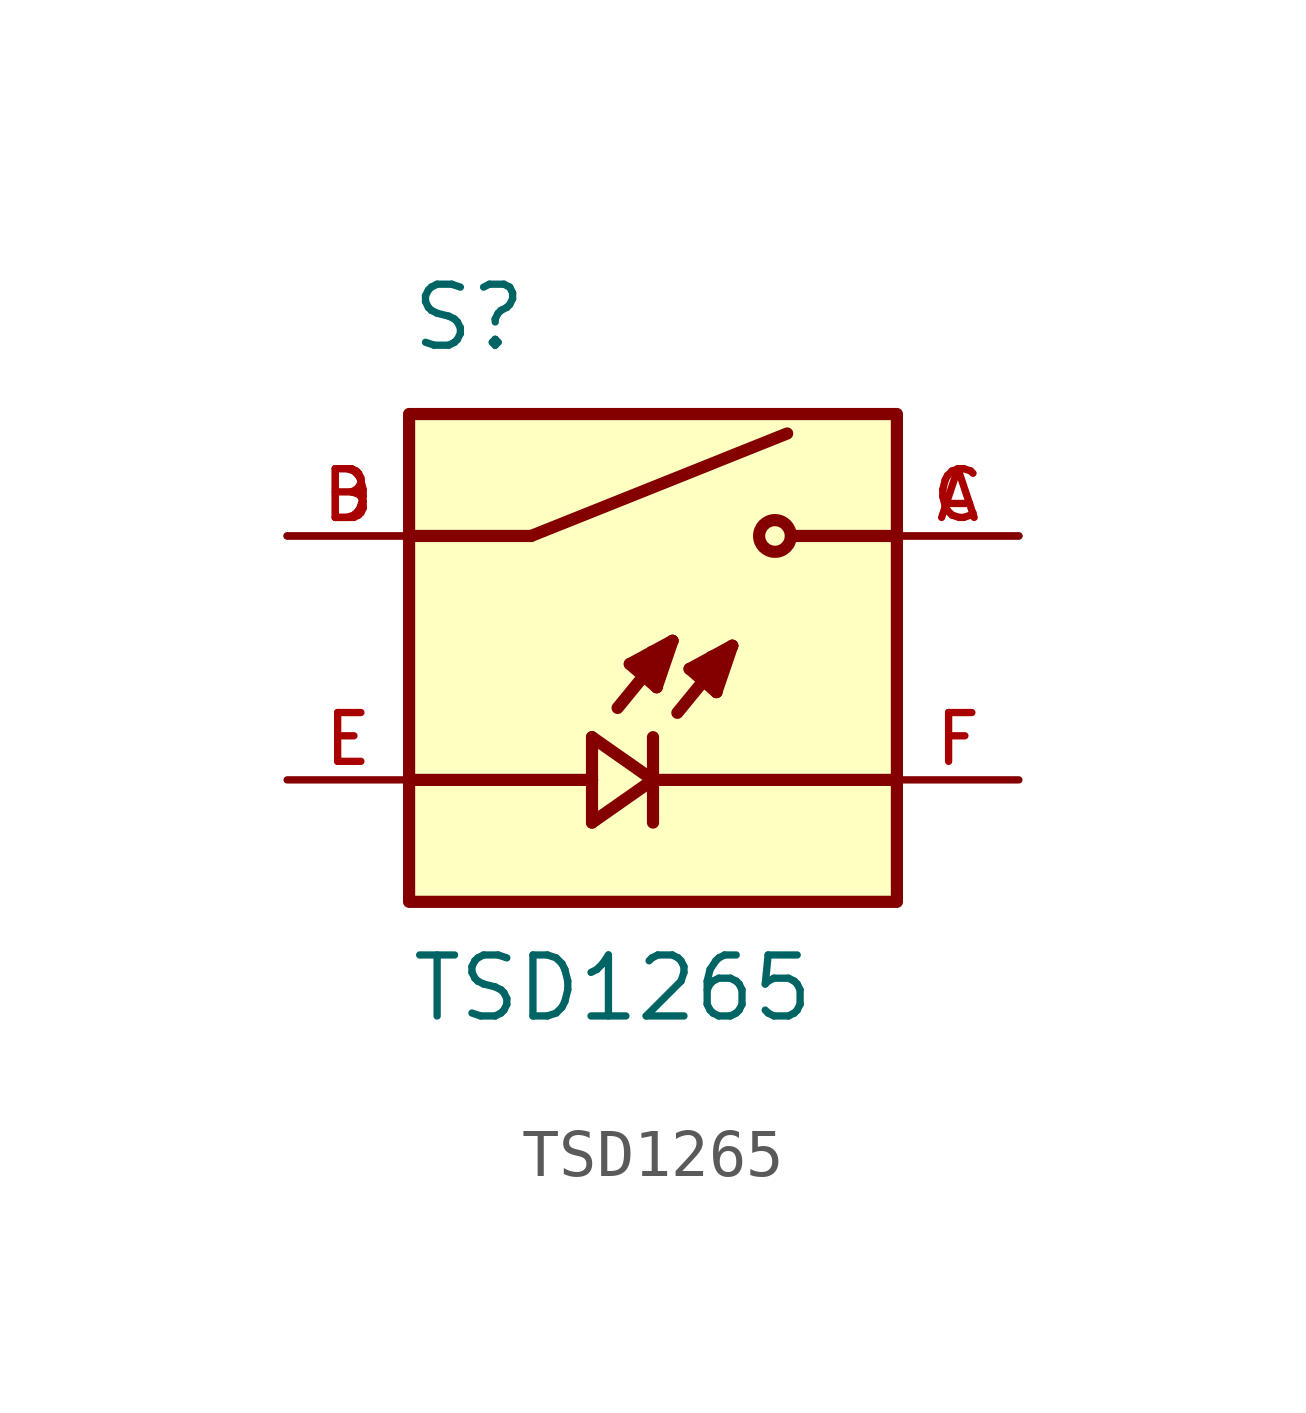
<source format=kicad_sym>
(kicad_symbol_lib
  (version 20211014)
  (generator kicad_symbol_editor)
  (symbol "TSD1265"
    (pin_names
      (offset 1.016))
    (property "Reference" "S"
      (at -5.08 6.35 0)
      (effects (font (size 1.27 1.27)) (justify bottom left)))
    (property "Value" "TSD1265"
      (at -5.08 -7.62 0)
      (effects (font (size 1.27 1.27)) (justify bottom left)))
    (symbol "TSD1265_0_0"
      (polyline (pts (xy -1.27 -1.651) (xy -1.27 -2.54)) (stroke (width 0.254)))
      (polyline (pts (xy -1.27 -2.54) (xy -1.27 -3.429)) (stroke (width 0.254)))
      (polyline (pts (xy -1.27 -3.429) (xy 0.0 -2.54)) (stroke (width 0.254)))
      (polyline (pts (xy 0.0 -2.54) (xy -1.27 -1.651)) (stroke (width 0.254)))
      (polyline (pts (xy 0.0 -1.651) (xy 0.0 -2.54)) (stroke (width 0.254)))
      (polyline (pts (xy 0.0 -2.54) (xy 0.0 -3.429)) (stroke (width 0.254)))
      (polyline (pts (xy -1.27 -2.54) (xy -5.08 -2.54)) (stroke (width 0.254)))
      (polyline (pts (xy 1.651 0.254) (xy 0.508 -1.143)) (stroke (width 0.254)))
      (polyline (pts (xy 1.321 -0.711) (xy 0.762 -0.229)) (stroke (width 0.254)))
      (polyline (pts (xy 0.762 -0.229) (xy 1.651 0.254)) (stroke (width 0.254)))
      (polyline (pts (xy 1.651 0.254) (xy 1.321 -0.711)) (stroke (width 0.254)))
      (polyline (pts (xy 1.321 -0.711) (xy 1.346 0.025)) (stroke (width 0.254)))
      (polyline (pts (xy 1.346 0.025) (xy 1.219 0.025)) (stroke (width 0.254)))
      (polyline (pts (xy 0.94 -0.305) (xy 1.168 -0.152)) (stroke (width 0.254)))
      (polyline (pts (xy 0.406 0.356) (xy -0.737 -1.041)) (stroke (width 0.254)))
      (polyline (pts (xy 0.076 -0.61) (xy -0.483 -0.127)) (stroke (width 0.254)))
      (polyline (pts (xy -0.483 -0.127) (xy 0.406 0.356)) (stroke (width 0.254)))
      (polyline (pts (xy 0.406 0.356) (xy 0.076 -0.61)) (stroke (width 0.254)))
      (polyline (pts (xy 0.076 -0.61) (xy 0.102 0.127)) (stroke (width 0.254)))
      (polyline (pts (xy 0.102 0.127) (xy -0.025 0.127)) (stroke (width 0.254)))
      (polyline (pts (xy -0.305 -0.203) (xy -0.076 -0.051)) (stroke (width 0.254)))
      (polyline (pts (xy 0.0 -2.54) (xy 5.08 -2.54)) (stroke (width 0.254)))
      (polyline (pts (xy -2.54 2.54) (xy 2.794 4.674)) (stroke (width 0.254)))
      (circle (center 2.54 2.54) (radius 0.33) (stroke (width 0.254)) (fill (type none)))
      (polyline (pts (xy 5.08 2.54) (xy 2.921 2.54)) (stroke (width 0.254)))
      (polyline (pts (xy -2.54 2.54) (xy -5.08 2.54)) (stroke (width 0.254)))
      (rectangle (start -5.08 -5.08) (end 5.08 5.08) (stroke (width 0.254)) (fill (type background)))
      (pin passive line (at -7.62 2.54 0) (length 2.54) (name "~" (effects (font (size 1.016 1.016)))) (number "B" (effects (font (size 1.016 1.016)))))
      (pin passive line (at -7.62 2.54 0) (length 2.54) (name "~" (effects (font (size 1.016 1.016)))) (number "D" (effects (font (size 1.016 1.016)))))
      (pin passive line (at 7.62 2.54 180.0) (length 2.54) (name "~" (effects (font (size 1.016 1.016)))) (number "A" (effects (font (size 1.016 1.016)))))
      (pin passive line (at 7.62 2.54 180.0) (length 2.54) (name "~" (effects (font (size 1.016 1.016)))) (number "C" (effects (font (size 1.016 1.016)))))
      (pin passive line (at 7.62 -2.54 180.0) (length 2.54) (name "~" (effects (font (size 1.016 1.016)))) (number "F" (effects (font (size 1.016 1.016)))))
      (pin passive line (at -7.62 -2.54 0) (length 2.54) (name "~" (effects (font (size 1.016 1.016)))) (number "E" (effects (font (size 1.016 1.016))))))))
</source>
